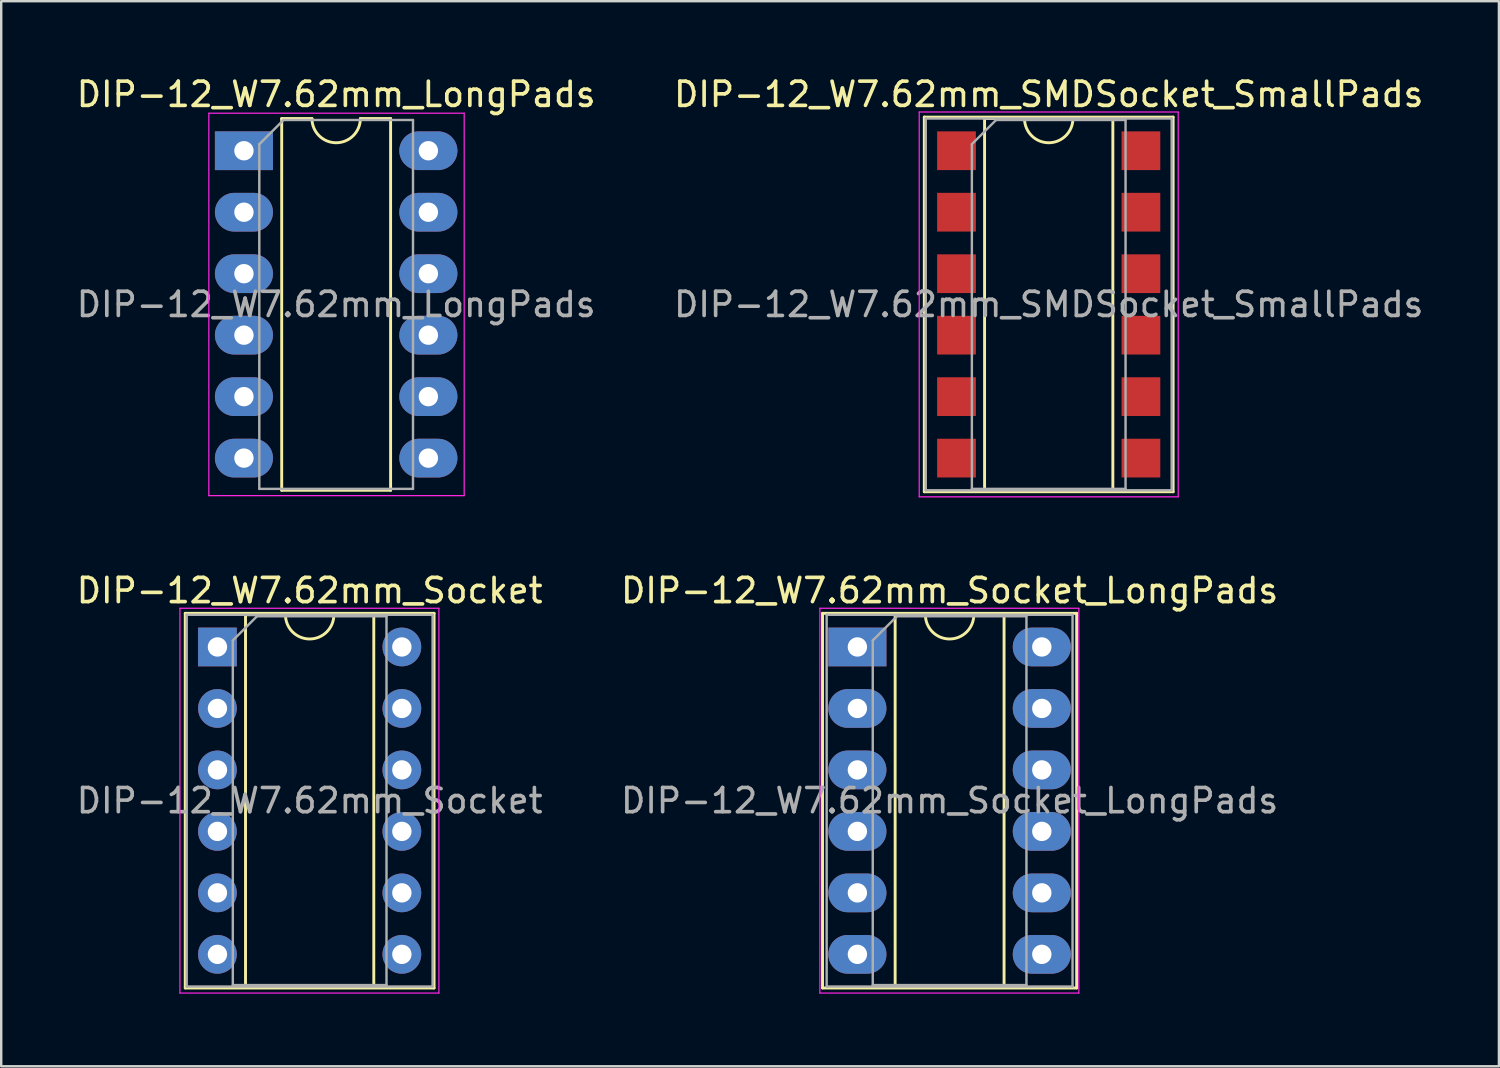
<source format=kicad_pcb>
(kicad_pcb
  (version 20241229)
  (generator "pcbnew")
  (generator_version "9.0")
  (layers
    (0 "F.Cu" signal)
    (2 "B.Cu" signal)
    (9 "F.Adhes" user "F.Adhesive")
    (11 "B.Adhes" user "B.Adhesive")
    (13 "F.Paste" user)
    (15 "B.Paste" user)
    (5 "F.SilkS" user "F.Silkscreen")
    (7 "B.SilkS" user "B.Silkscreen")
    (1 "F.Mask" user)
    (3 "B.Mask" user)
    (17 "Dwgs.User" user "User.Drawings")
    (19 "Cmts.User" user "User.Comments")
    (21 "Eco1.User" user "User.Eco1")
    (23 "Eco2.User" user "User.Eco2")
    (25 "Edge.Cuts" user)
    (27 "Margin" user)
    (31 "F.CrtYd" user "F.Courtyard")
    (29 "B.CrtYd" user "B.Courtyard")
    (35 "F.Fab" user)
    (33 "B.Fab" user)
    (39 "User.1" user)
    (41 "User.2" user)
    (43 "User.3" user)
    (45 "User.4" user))
  (footprint "DIP-12_W7.62mm_LongPads"
    (layer "F.Cu")
    (at 7.029 3.178)
    (property "Reference" "DIP-12_W7.62mm_LongPads" (at 3.81 -2.33 0) (layer "F.SilkS") (effects (font (size 1 1) (thickness 0.15))))
    (attr through_hole)
    (fp_line (start 1.56 -1.33) (end 1.56 14.03) (stroke (width 0.12) (type solid)) (layer "F.SilkS"))
    (fp_line (start 1.56 14.03) (end 6.06 14.03) (stroke (width 0.12) (type solid)) (layer "F.SilkS"))
    (fp_line (start 2.81 -1.33) (end 1.56 -1.33) (stroke (width 0.12) (type solid)) (layer "F.SilkS"))
    (fp_line (start 6.06 -1.33) (end 4.81 -1.33) (stroke (width 0.12) (type solid)) (layer "F.SilkS"))
    (fp_line (start 6.06 14.03) (end 6.06 -1.33) (stroke (width 0.12) (type solid)) (layer "F.SilkS"))
    (fp_arc (start 4.81 -1.33) (mid 3.81 -0.33) (end 2.81 -1.33) (stroke (width 0.12) (type solid)) (layer "F.SilkS"))
    (fp_line (start -1.45 -1.55) (end -1.45 14.25) (stroke (width 0.05) (type solid)) (layer "F.CrtYd"))
    (fp_line (start -1.45 14.25) (end 9.1 14.25) (stroke (width 0.05) (type solid)) (layer "F.CrtYd"))
    (fp_line (start 9.1 -1.55) (end -1.45 -1.55) (stroke (width 0.05) (type solid)) (layer "F.CrtYd"))
    (fp_line (start 9.1 14.25) (end 9.1 -1.55) (stroke (width 0.05) (type solid)) (layer "F.CrtYd"))
    (fp_line (start 0.635 -0.27) (end 1.635 -1.27) (stroke (width 0.1) (type solid)) (layer "F.Fab"))
    (fp_line (start 0.635 13.97) (end 0.635 -0.27) (stroke (width 0.1) (type solid)) (layer "F.Fab"))
    (fp_line (start 1.635 -1.27) (end 6.985 -1.27) (stroke (width 0.1) (type solid)) (layer "F.Fab"))
    (fp_line (start 6.985 -1.27) (end 6.985 13.97) (stroke (width 0.1) (type solid)) (layer "F.Fab"))
    (fp_line (start 6.985 13.97) (end 0.635 13.97) (stroke (width 0.1) (type solid)) (layer "F.Fab"))
    (fp_text user "${REFERENCE}" (at 3.81 6.35 0) (layer "F.Fab") (effects (font (size 1 1) (thickness 0.15))))
    (pad "1" thru_hole rect (at 0 0) (size 2.4 1.6) (drill 0.8) (layers "*.Cu" "*.Mask"))
    (pad "2" thru_hole oval (at 0 2.54) (size 2.4 1.6) (drill 0.8) (layers "*.Cu" "*.Mask"))
    (pad "3" thru_hole oval (at 0 5.08) (size 2.4 1.6) (drill 0.8) (layers "*.Cu" "*.Mask"))
    (pad "4" thru_hole oval (at 0 7.62) (size 2.4 1.6) (drill 0.8) (layers "*.Cu" "*.Mask"))
    (pad "5" thru_hole oval (at 0 10.16) (size 2.4 1.6) (drill 0.8) (layers "*.Cu" "*.Mask"))
    (pad "6" thru_hole oval (at 0 12.7) (size 2.4 1.6) (drill 0.8) (layers "*.Cu" "*.Mask"))
    (pad "7" thru_hole oval (at 7.62 12.7) (size 2.4 1.6) (drill 0.8) (layers "*.Cu" "*.Mask"))
    (pad "8" thru_hole oval (at 7.62 10.16) (size 2.4 1.6) (drill 0.8) (layers "*.Cu" "*.Mask"))
    (pad "9" thru_hole oval (at 7.62 7.62) (size 2.4 1.6) (drill 0.8) (layers "*.Cu" "*.Mask"))
    (pad "10" thru_hole oval (at 7.62 5.08) (size 2.4 1.6) (drill 0.8) (layers "*.Cu" "*.Mask"))
    (pad "11" thru_hole oval (at 7.62 2.54) (size 2.4 1.6) (drill 0.8) (layers "*.Cu" "*.Mask"))
    (pad "12" thru_hole oval (at 7.62 0) (size 2.4 1.6) (drill 0.8) (layers "*.Cu" "*.Mask")))
  (footprint "DIP-12_W7.62mm_SMDSocket_SmallPads"
    (layer "F.Cu")
    (at 40.28 9.528)
    (property "Reference" "DIP-12_W7.62mm_SMDSocket_SmallPads" (at 0 -8.68 0) (layer "F.SilkS") (effects (font (size 1 1) (thickness 0.15))))
    (attr smd)
    (fp_line (start -5.14 -7.74) (end -5.14 7.74) (stroke (width 0.12) (type solid)) (layer "F.SilkS"))
    (fp_line (start -5.14 7.74) (end 5.14 7.74) (stroke (width 0.12) (type solid)) (layer "F.SilkS"))
    (fp_line (start -2.65 -7.68) (end -2.65 7.68) (stroke (width 0.12) (type solid)) (layer "F.SilkS"))
    (fp_line (start -2.65 7.68) (end 2.65 7.68) (stroke (width 0.12) (type solid)) (layer "F.SilkS"))
    (fp_line (start -1 -7.68) (end -2.65 -7.68) (stroke (width 0.12) (type solid)) (layer "F.SilkS"))
    (fp_line (start 2.65 -7.68) (end 1 -7.68) (stroke (width 0.12) (type solid)) (layer "F.SilkS"))
    (fp_line (start 2.65 7.68) (end 2.65 -7.68) (stroke (width 0.12) (type solid)) (layer "F.SilkS"))
    (fp_line (start 5.14 -7.74) (end -5.14 -7.74) (stroke (width 0.12) (type solid)) (layer "F.SilkS"))
    (fp_line (start 5.14 7.74) (end 5.14 -7.74) (stroke (width 0.12) (type solid)) (layer "F.SilkS"))
    (fp_arc (start 1 -7.68) (mid 0 -6.68) (end -1 -7.68) (stroke (width 0.12) (type solid)) (layer "F.SilkS"))
    (fp_line (start -5.35 -7.95) (end -5.35 7.95) (stroke (width 0.05) (type solid)) (layer "F.CrtYd"))
    (fp_line (start -5.35 7.95) (end 5.35 7.95) (stroke (width 0.05) (type solid)) (layer "F.CrtYd"))
    (fp_line (start 5.35 -7.95) (end -5.35 -7.95) (stroke (width 0.05) (type solid)) (layer "F.CrtYd"))
    (fp_line (start 5.35 7.95) (end 5.35 -7.95) (stroke (width 0.05) (type solid)) (layer "F.CrtYd"))
    (fp_line (start -5.08 -7.68) (end -5.08 7.68) (stroke (width 0.1) (type solid)) (layer "F.Fab"))
    (fp_line (start -5.08 7.68) (end 5.08 7.68) (stroke (width 0.1) (type solid)) (layer "F.Fab"))
    (fp_line (start -3.175 -6.62) (end -2.175 -7.62) (stroke (width 0.1) (type solid)) (layer "F.Fab"))
    (fp_line (start -3.175 7.62) (end -3.175 -6.62) (stroke (width 0.1) (type solid)) (layer "F.Fab"))
    (fp_line (start -2.175 -7.62) (end 3.175 -7.62) (stroke (width 0.1) (type solid)) (layer "F.Fab"))
    (fp_line (start 3.175 -7.62) (end 3.175 7.62) (stroke (width 0.1) (type solid)) (layer "F.Fab"))
    (fp_line (start 3.175 7.62) (end -3.175 7.62) (stroke (width 0.1) (type solid)) (layer "F.Fab"))
    (fp_line (start 5.08 -7.68) (end -5.08 -7.68) (stroke (width 0.1) (type solid)) (layer "F.Fab"))
    (fp_line (start 5.08 7.68) (end 5.08 -7.68) (stroke (width 0.1) (type solid)) (layer "F.Fab"))
    (fp_text user "${REFERENCE}" (at 0 0 0) (layer "F.Fab") (effects (font (size 1 1) (thickness 0.15))))
    (pad "1" smd rect (at -3.81 -6.35) (size 1.6 1.6) (layers "F.Cu" "F.Mask" "F.Paste"))
    (pad "2" smd rect (at -3.81 -3.81) (size 1.6 1.6) (layers "F.Cu" "F.Mask" "F.Paste"))
    (pad "3" smd rect (at -3.81 -1.27) (size 1.6 1.6) (layers "F.Cu" "F.Mask" "F.Paste"))
    (pad "4" smd rect (at -3.81 1.27) (size 1.6 1.6) (layers "F.Cu" "F.Mask" "F.Paste"))
    (pad "5" smd rect (at -3.81 3.81) (size 1.6 1.6) (layers "F.Cu" "F.Mask" "F.Paste"))
    (pad "6" smd rect (at -3.81 6.35) (size 1.6 1.6) (layers "F.Cu" "F.Mask" "F.Paste"))
    (pad "7" smd rect (at 3.81 6.35) (size 1.6 1.6) (layers "F.Cu" "F.Mask" "F.Paste"))
    (pad "8" smd rect (at 3.81 3.81) (size 1.6 1.6) (layers "F.Cu" "F.Mask" "F.Paste"))
    (pad "9" smd rect (at 3.81 1.27) (size 1.6 1.6) (layers "F.Cu" "F.Mask" "F.Paste"))
    (pad "10" smd rect (at 3.81 -1.27) (size 1.6 1.6) (layers "F.Cu" "F.Mask" "F.Paste"))
    (pad "11" smd rect (at 3.81 -3.81) (size 1.6 1.6) (layers "F.Cu" "F.Mask" "F.Paste"))
    (pad "12" smd rect (at 3.81 -6.35) (size 1.6 1.6) (layers "F.Cu" "F.Mask" "F.Paste")))
  (footprint "DIP-12_W7.62mm_Socket_LongPads"
    (layer "F.Cu")
    (at 32.375 23.681)
    (property "Reference" "DIP-12_W7.62mm_Socket_LongPads" (at 3.81 -2.33 0) (layer "F.SilkS") (effects (font (size 1 1) (thickness 0.15))))
    (attr through_hole)
    (fp_line (start -1.44 -1.39) (end -1.44 14.09) (stroke (width 0.12) (type solid)) (layer "F.SilkS"))
    (fp_line (start -1.44 14.09) (end 9.06 14.09) (stroke (width 0.12) (type solid)) (layer "F.SilkS"))
    (fp_line (start 1.56 -1.33) (end 1.56 14.03) (stroke (width 0.12) (type solid)) (layer "F.SilkS"))
    (fp_line (start 1.56 14.03) (end 6.06 14.03) (stroke (width 0.12) (type solid)) (layer "F.SilkS"))
    (fp_line (start 2.81 -1.33) (end 1.56 -1.33) (stroke (width 0.12) (type solid)) (layer "F.SilkS"))
    (fp_line (start 6.06 -1.33) (end 4.81 -1.33) (stroke (width 0.12) (type solid)) (layer "F.SilkS"))
    (fp_line (start 6.06 14.03) (end 6.06 -1.33) (stroke (width 0.12) (type solid)) (layer "F.SilkS"))
    (fp_line (start 9.06 -1.39) (end -1.44 -1.39) (stroke (width 0.12) (type solid)) (layer "F.SilkS"))
    (fp_line (start 9.06 14.09) (end 9.06 -1.39) (stroke (width 0.12) (type solid)) (layer "F.SilkS"))
    (fp_arc (start 4.81 -1.33) (mid 3.81 -0.33) (end 2.81 -1.33) (stroke (width 0.12) (type solid)) (layer "F.SilkS"))
    (fp_line (start -1.55 -1.6) (end -1.55 14.3) (stroke (width 0.05) (type solid)) (layer "F.CrtYd"))
    (fp_line (start -1.55 14.3) (end 9.15 14.3) (stroke (width 0.05) (type solid)) (layer "F.CrtYd"))
    (fp_line (start 9.15 -1.6) (end -1.55 -1.6) (stroke (width 0.05) (type solid)) (layer "F.CrtYd"))
    (fp_line (start 9.15 14.3) (end 9.15 -1.6) (stroke (width 0.05) (type solid)) (layer "F.CrtYd"))
    (fp_line (start -1.27 -1.33) (end -1.27 14.03) (stroke (width 0.1) (type solid)) (layer "F.Fab"))
    (fp_line (start -1.27 14.03) (end 8.89 14.03) (stroke (width 0.1) (type solid)) (layer "F.Fab"))
    (fp_line (start 0.635 -0.27) (end 1.635 -1.27) (stroke (width 0.1) (type solid)) (layer "F.Fab"))
    (fp_line (start 0.635 13.97) (end 0.635 -0.27) (stroke (width 0.1) (type solid)) (layer "F.Fab"))
    (fp_line (start 1.635 -1.27) (end 6.985 -1.27) (stroke (width 0.1) (type solid)) (layer "F.Fab"))
    (fp_line (start 6.985 -1.27) (end 6.985 13.97) (stroke (width 0.1) (type solid)) (layer "F.Fab"))
    (fp_line (start 6.985 13.97) (end 0.635 13.97) (stroke (width 0.1) (type solid)) (layer "F.Fab"))
    (fp_line (start 8.89 -1.33) (end -1.27 -1.33) (stroke (width 0.1) (type solid)) (layer "F.Fab"))
    (fp_line (start 8.89 14.03) (end 8.89 -1.33) (stroke (width 0.1) (type solid)) (layer "F.Fab"))
    (fp_text user "${REFERENCE}" (at 3.81 6.35 0) (layer "F.Fab") (effects (font (size 1 1) (thickness 0.15))))
    (pad "1" thru_hole rect (at 0 0) (size 2.4 1.6) (drill 0.8) (layers "*.Cu" "*.Mask"))
    (pad "2" thru_hole oval (at 0 2.54) (size 2.4 1.6) (drill 0.8) (layers "*.Cu" "*.Mask"))
    (pad "3" thru_hole oval (at 0 5.08) (size 2.4 1.6) (drill 0.8) (layers "*.Cu" "*.Mask"))
    (pad "4" thru_hole oval (at 0 7.62) (size 2.4 1.6) (drill 0.8) (layers "*.Cu" "*.Mask"))
    (pad "5" thru_hole oval (at 0 10.16) (size 2.4 1.6) (drill 0.8) (layers "*.Cu" "*.Mask"))
    (pad "6" thru_hole oval (at 0 12.7) (size 2.4 1.6) (drill 0.8) (layers "*.Cu" "*.Mask"))
    (pad "7" thru_hole oval (at 7.62 12.7) (size 2.4 1.6) (drill 0.8) (layers "*.Cu" "*.Mask"))
    (pad "8" thru_hole oval (at 7.62 10.16) (size 2.4 1.6) (drill 0.8) (layers "*.Cu" "*.Mask"))
    (pad "9" thru_hole oval (at 7.62 7.62) (size 2.4 1.6) (drill 0.8) (layers "*.Cu" "*.Mask"))
    (pad "10" thru_hole oval (at 7.62 5.08) (size 2.4 1.6) (drill 0.8) (layers "*.Cu" "*.Mask"))
    (pad "11" thru_hole oval (at 7.62 2.54) (size 2.4 1.6) (drill 0.8) (layers "*.Cu" "*.Mask"))
    (pad "12" thru_hole oval (at 7.62 0) (size 2.4 1.6) (drill 0.8) (layers "*.Cu" "*.Mask")))
  (footprint "DIP-12_W7.62mm_Socket"
    (layer "F.Cu")
    (at 5.934 23.681)
    (property "Reference" "DIP-12_W7.62mm_Socket" (at 3.81 -2.33 0) (layer "F.SilkS") (effects (font (size 1 1) (thickness 0.15))))
    (attr through_hole)
    (fp_line (start -1.33 -1.39) (end -1.33 14.09) (stroke (width 0.12) (type solid)) (layer "F.SilkS"))
    (fp_line (start -1.33 14.09) (end 8.95 14.09) (stroke (width 0.12) (type solid)) (layer "F.SilkS"))
    (fp_line (start 1.16 -1.33) (end 1.16 14.03) (stroke (width 0.12) (type solid)) (layer "F.SilkS"))
    (fp_line (start 1.16 14.03) (end 6.46 14.03) (stroke (width 0.12) (type solid)) (layer "F.SilkS"))
    (fp_line (start 2.81 -1.33) (end 1.16 -1.33) (stroke (width 0.12) (type solid)) (layer "F.SilkS"))
    (fp_line (start 6.46 -1.33) (end 4.81 -1.33) (stroke (width 0.12) (type solid)) (layer "F.SilkS"))
    (fp_line (start 6.46 14.03) (end 6.46 -1.33) (stroke (width 0.12) (type solid)) (layer "F.SilkS"))
    (fp_line (start 8.95 -1.39) (end -1.33 -1.39) (stroke (width 0.12) (type solid)) (layer "F.SilkS"))
    (fp_line (start 8.95 14.09) (end 8.95 -1.39) (stroke (width 0.12) (type solid)) (layer "F.SilkS"))
    (fp_arc (start 4.81 -1.33) (mid 3.81 -0.33) (end 2.81 -1.33) (stroke (width 0.12) (type solid)) (layer "F.SilkS"))
    (fp_line (start -1.55 -1.6) (end -1.55 14.3) (stroke (width 0.05) (type solid)) (layer "F.CrtYd"))
    (fp_line (start -1.55 14.3) (end 9.15 14.3) (stroke (width 0.05) (type solid)) (layer "F.CrtYd"))
    (fp_line (start 9.15 -1.6) (end -1.55 -1.6) (stroke (width 0.05) (type solid)) (layer "F.CrtYd"))
    (fp_line (start 9.15 14.3) (end 9.15 -1.6) (stroke (width 0.05) (type solid)) (layer "F.CrtYd"))
    (fp_line (start -1.27 -1.33) (end -1.27 14.03) (stroke (width 0.1) (type solid)) (layer "F.Fab"))
    (fp_line (start -1.27 14.03) (end 8.89 14.03) (stroke (width 0.1) (type solid)) (layer "F.Fab"))
    (fp_line (start 0.635 -0.27) (end 1.635 -1.27) (stroke (width 0.1) (type solid)) (layer "F.Fab"))
    (fp_line (start 0.635 13.97) (end 0.635 -0.27) (stroke (width 0.1) (type solid)) (layer "F.Fab"))
    (fp_line (start 1.635 -1.27) (end 6.985 -1.27) (stroke (width 0.1) (type solid)) (layer "F.Fab"))
    (fp_line (start 6.985 -1.27) (end 6.985 13.97) (stroke (width 0.1) (type solid)) (layer "F.Fab"))
    (fp_line (start 6.985 13.97) (end 0.635 13.97) (stroke (width 0.1) (type solid)) (layer "F.Fab"))
    (fp_line (start 8.89 -1.33) (end -1.27 -1.33) (stroke (width 0.1) (type solid)) (layer "F.Fab"))
    (fp_line (start 8.89 14.03) (end 8.89 -1.33) (stroke (width 0.1) (type solid)) (layer "F.Fab"))
    (fp_text user "${REFERENCE}" (at 3.81 6.35 0) (layer "F.Fab") (effects (font (size 1 1) (thickness 0.15))))
    (pad "1" thru_hole rect (at 0 0) (size 1.6 1.6) (drill 0.8) (layers "*.Cu" "*.Mask"))
    (pad "2" thru_hole oval (at 0 2.54) (size 1.6 1.6) (drill 0.8) (layers "*.Cu" "*.Mask"))
    (pad "3" thru_hole oval (at 0 5.08) (size 1.6 1.6) (drill 0.8) (layers "*.Cu" "*.Mask"))
    (pad "4" thru_hole oval (at 0 7.62) (size 1.6 1.6) (drill 0.8) (layers "*.Cu" "*.Mask"))
    (pad "5" thru_hole oval (at 0 10.16) (size 1.6 1.6) (drill 0.8) (layers "*.Cu" "*.Mask"))
    (pad "6" thru_hole oval (at 0 12.7) (size 1.6 1.6) (drill 0.8) (layers "*.Cu" "*.Mask"))
    (pad "7" thru_hole oval (at 7.62 12.7) (size 1.6 1.6) (drill 0.8) (layers "*.Cu" "*.Mask"))
    (pad "8" thru_hole oval (at 7.62 10.16) (size 1.6 1.6) (drill 0.8) (layers "*.Cu" "*.Mask"))
    (pad "9" thru_hole oval (at 7.62 7.62) (size 1.6 1.6) (drill 0.8) (layers "*.Cu" "*.Mask"))
    (pad "10" thru_hole oval (at 7.62 5.08) (size 1.6 1.6) (drill 0.8) (layers "*.Cu" "*.Mask"))
    (pad "11" thru_hole oval (at 7.62 2.54) (size 1.6 1.6) (drill 0.8) (layers "*.Cu" "*.Mask"))
    (pad "12" thru_hole oval (at 7.62 0) (size 1.6 1.6) (drill 0.8) (layers "*.Cu" "*.Mask")))
  (gr_rect
    (start -3 -3)
    (end 58.881 41.007)
    (stroke (width 0.1) (type default))
    (fill no)
    (layer "Edge.Cuts")))
</source>
